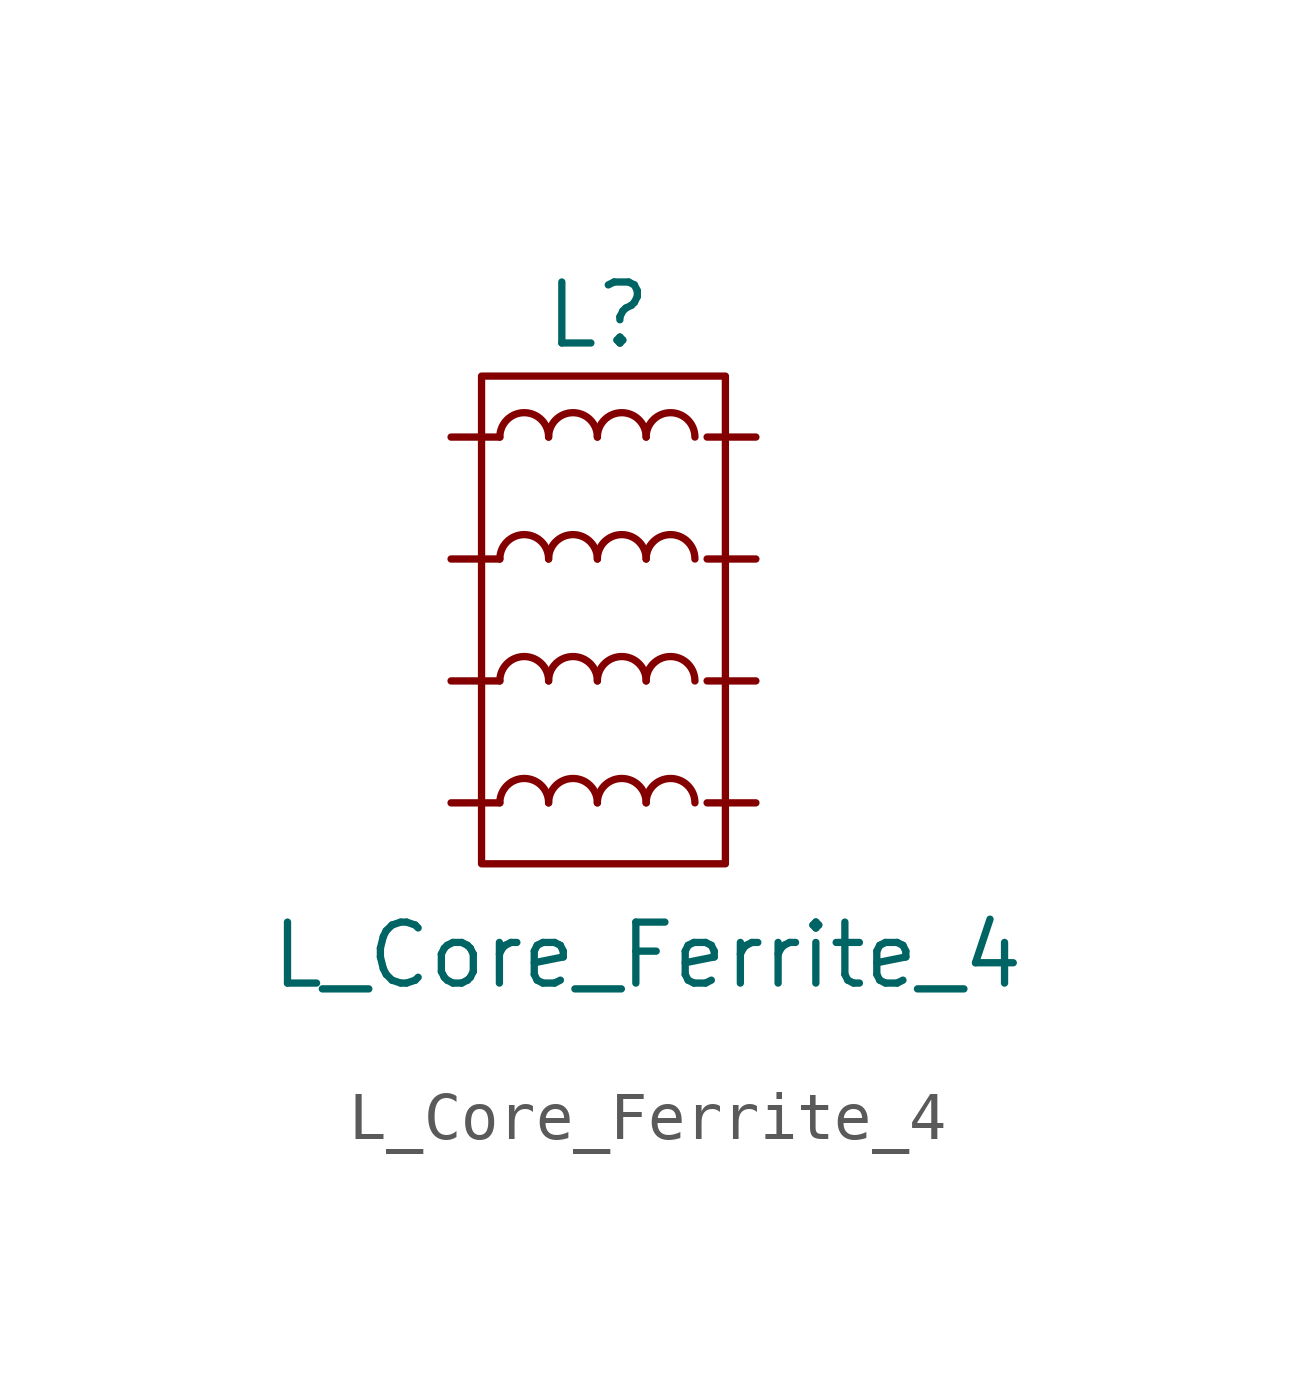
<source format=kicad_sym>
(kicad_symbol_lib
  (version 20220914)
  (generator kicad_symbol_editor)
  (symbol "L_Core_Ferrite_4"
    (pin_numbers hide)
    (pin_names
      (offset 0.254) hide)
    (property "Reference" "L"
      (at -0.635 6.35 0)
      (effects (font (size 1.27 1.27)) (justify left)))
    (property "Value" "L_Core_Ferrite_4"
      (at -6.35 -6.985 0)
      (effects (font (size 1.27 1.27)) (justify left)))
    (symbol "L_Core_Ferrite_4_0_1"
      (rectangle (start -1.905 5.08) (end 3.175 -5.08) (stroke (width 0) (type default)) (fill (type none)))
      (arc (start -0.508 -3.81) (mid -1.016 -3.3042) (end -1.524 -3.81) (stroke (width 0) (type default)) (fill (type none)))
      (arc (start -0.508 -1.27) (mid -1.016 -0.7642) (end -1.524 -1.27) (stroke (width 0) (type default)) (fill (type none)))
      (arc (start -0.508 1.27) (mid -1.016 1.7758) (end -1.524 1.27) (stroke (width 0) (type default)) (fill (type none)))
      (arc (start -0.508 3.81) (mid -1.016 4.3158) (end -1.524 3.81) (stroke (width 0) (type default)) (fill (type none)))
      (arc (start 0.508 -3.81) (mid 0 -3.3042) (end -0.508 -3.81) (stroke (width 0) (type default)) (fill (type none)))
      (arc (start 0.508 -1.27) (mid 0 -0.7642) (end -0.508 -1.27) (stroke (width 0) (type default)) (fill (type none)))
      (arc (start 0.508 1.27) (mid 0 1.7758) (end -0.508 1.27) (stroke (width 0) (type default)) (fill (type none)))
      (arc (start 0.508 3.81) (mid 0 4.3158) (end -0.508 3.81) (stroke (width 0) (type default)) (fill (type none)))
      (arc (start 1.524 -3.81) (mid 1.016 -3.3042) (end 0.508 -3.81) (stroke (width 0) (type default)) (fill (type none)))
      (arc (start 1.524 -1.27) (mid 1.016 -0.7642) (end 0.508 -1.27) (stroke (width 0) (type default)) (fill (type none)))
      (arc (start 1.524 1.27) (mid 1.016 1.7758) (end 0.508 1.27) (stroke (width 0) (type default)) (fill (type none)))
      (arc (start 1.524 3.81) (mid 1.016 4.3158) (end 0.508 3.81) (stroke (width 0) (type default)) (fill (type none)))
      (arc (start 2.54 -3.81) (mid 2.032 -3.3042) (end 1.524 -3.81) (stroke (width 0) (type default)) (fill (type none)))
      (arc (start 2.54 -1.27) (mid 2.032 -0.7642) (end 1.524 -1.27) (stroke (width 0) (type default)) (fill (type none)))
      (arc (start 2.54 1.27) (mid 2.032 1.7758) (end 1.524 1.27) (stroke (width 0) (type default)) (fill (type none)))
      (arc (start 2.54 3.81) (mid 2.032 4.3158) (end 1.524 3.81) (stroke (width 0) (type default)) (fill (type none))))
    (symbol "L_Core_Ferrite_4_1_1"
      (pin passive line (at -2.54 -3.81 0) (length 1.016) (name "~" (effects (font (size 1.27 1.27)))) (number "1" (effects (font (size 1.27 1.27)))))
      (pin passive line (at -2.54 -1.27 0) (length 1.016) (name "~" (effects (font (size 1.27 1.27)))) (number "1" (effects (font (size 1.27 1.27)))))
      (pin passive line (at -2.54 1.27 0) (length 1.016) (name "~" (effects (font (size 1.27 1.27)))) (number "1" (effects (font (size 1.27 1.27)))))
      (pin passive line (at -2.54 3.81 0) (length 1.016) (name "~" (effects (font (size 1.27 1.27)))) (number "1" (effects (font (size 1.27 1.27)))))
      (pin passive line (at 3.81 -3.81 180) (length 1.016) (name "~" (effects (font (size 1.27 1.27)))) (number "2" (effects (font (size 1.27 1.27)))))
      (pin passive line (at 3.81 -1.27 180) (length 1.016) (name "~" (effects (font (size 1.27 1.27)))) (number "2" (effects (font (size 1.27 1.27)))))
      (pin passive line (at 3.81 1.27 180) (length 1.016) (name "~" (effects (font (size 1.27 1.27)))) (number "2" (effects (font (size 1.27 1.27)))))
      (pin passive line (at 3.81 3.81 180) (length 1.016) (name "~" (effects (font (size 1.27 1.27)))) (number "2" (effects (font (size 1.27 1.27))))))))
</source>
